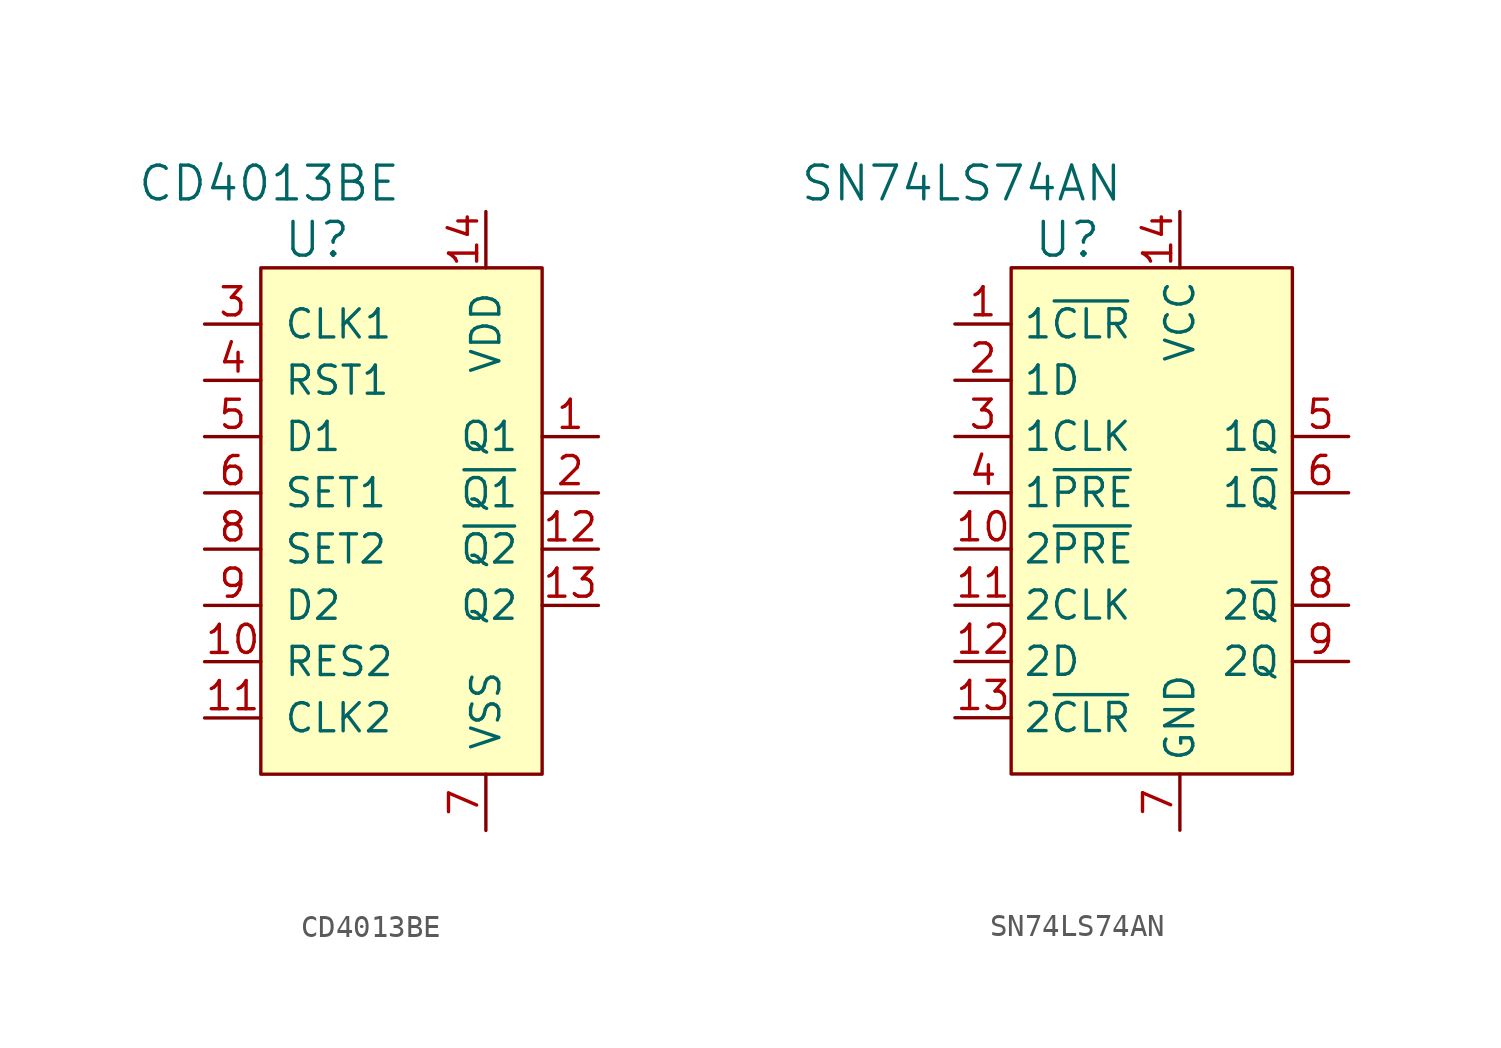
<source format=kicad_sym>
(kicad_symbol_lib
  (version 20211014)
  (generator kicad_symbol_editor)
  (symbol "CD4013BE"
    (pin_names
      (offset 1.016))
    (property "Reference" "U"
      (at -5.08 3.81 0)
      (effects (font (size 1.524 1.524))))
    (property "Value" "CD4013BE"
      (at -1.27 6.35 0)
      (effects (font (size 1.524 1.524)) (justify right)))
    (symbol "CD4013BE_0_1"
      (rectangle (start -7.62 2.54) (end 5.08 -20.32) (stroke (width 0) (type default) (color 0 0 0 0)) (fill (type background))))
    (symbol "CD4013BE_1_1"
      (pin output line (at 7.62 -5.08 180) (length 2.54) (name "Q1" (effects (font (size 1.27 1.27)))) (number "1" (effects (font (size 1.27 1.27)))))
      (pin input line (at -10.16 -15.24 0) (length 2.54) (name "RES2" (effects (font (size 1.27 1.27)))) (number "10" (effects (font (size 1.27 1.27)))))
      (pin input line (at -10.16 -17.78 0) (length 2.54) (name "CLK2" (effects (font (size 1.27 1.27)))) (number "11" (effects (font (size 1.27 1.27)))))
      (pin output line (at 7.62 -10.16 180) (length 2.54) (name "~{Q2}" (effects (font (size 1.27 1.27)))) (number "12" (effects (font (size 1.27 1.27)))))
      (pin output line (at 7.62 -12.7 180) (length 2.54) (name "Q2" (effects (font (size 1.27 1.27)))) (number "13" (effects (font (size 1.27 1.27)))))
      (pin power_in line (at 2.54 5.08 270) (length 2.54) (name "VDD" (effects (font (size 1.27 1.27)))) (number "14" (effects (font (size 1.27 1.27)))))
      (pin output line (at 7.62 -7.62 180) (length 2.54) (name "~{Q1}" (effects (font (size 1.27 1.27)))) (number "2" (effects (font (size 1.27 1.27)))))
      (pin input line (at -10.16 0 0) (length 2.54) (name "CLK1" (effects (font (size 1.27 1.27)))) (number "3" (effects (font (size 1.27 1.27)))))
      (pin input line (at -10.16 -2.54 0) (length 2.54) (name "RST1" (effects (font (size 1.27 1.27)))) (number "4" (effects (font (size 1.27 1.27)))))
      (pin input line (at -10.16 -5.08 0) (length 2.54) (name "D1" (effects (font (size 1.27 1.27)))) (number "5" (effects (font (size 1.27 1.27)))))
      (pin input line (at -10.16 -7.62 0) (length 2.54) (name "SET1" (effects (font (size 1.27 1.27)))) (number "6" (effects (font (size 1.27 1.27)))))
      (pin power_in line (at 2.54 -22.86 90) (length 2.54) (name "VSS" (effects (font (size 1.27 1.27)))) (number "7" (effects (font (size 1.27 1.27)))))
      (pin input line (at -10.16 -10.16 0) (length 2.54) (name "SET2" (effects (font (size 1.27 1.27)))) (number "8" (effects (font (size 1.27 1.27)))))
      (pin input line (at -10.16 -12.7 0) (length 2.54) (name "D2" (effects (font (size 1.27 1.27)))) (number "9" (effects (font (size 1.27 1.27)))))))
  (symbol "SN74LS74AN"
    (property "Reference" "U"
      (at -2.54 11.43 0)
      (effects (font (size 1.524 1.524))))
    (property "Value" "SN74LS74AN"
      (at 0 13.97 0)
      (effects (font (size 1.524 1.524)) (justify right)))
    (symbol "SN74LS74AN_0_1"
      (rectangle (start -5.08 10.16) (end 7.62 -12.7) (stroke (width 0) (type default) (color 0 0 0 0)) (fill (type background))))
    (symbol "SN74LS74AN_1_1"
      (pin input line (at -7.62 7.62 0) (length 2.54) (name "1~{CLR}" (effects (font (size 1.27 1.27)))) (number "1" (effects (font (size 1.27 1.27)))))
      (pin input line (at -7.62 -2.54 0) (length 2.54) (name "2~{PRE}" (effects (font (size 1.27 1.27)))) (number "10" (effects (font (size 1.27 1.27)))))
      (pin input line (at -7.62 -5.08 0) (length 2.54) (name "2CLK" (effects (font (size 1.27 1.27)))) (number "11" (effects (font (size 1.27 1.27)))))
      (pin input line (at -7.62 -7.62 0) (length 2.54) (name "2D" (effects (font (size 1.27 1.27)))) (number "12" (effects (font (size 1.27 1.27)))))
      (pin input line (at -7.62 -10.16 0) (length 2.54) (name "2~{CLR}" (effects (font (size 1.27 1.27)))) (number "13" (effects (font (size 1.27 1.27)))))
      (pin power_in line (at 2.54 12.7 270) (length 2.54) (name "VCC" (effects (font (size 1.27 1.27)))) (number "14" (effects (font (size 1.27 1.27)))))
      (pin input line (at -7.62 5.08 0) (length 2.54) (name "1D" (effects (font (size 1.27 1.27)))) (number "2" (effects (font (size 1.27 1.27)))))
      (pin input line (at -7.62 2.54 0) (length 2.54) (name "1CLK" (effects (font (size 1.27 1.27)))) (number "3" (effects (font (size 1.27 1.27)))))
      (pin input line (at -7.62 0 0) (length 2.54) (name "1~{PRE}" (effects (font (size 1.27 1.27)))) (number "4" (effects (font (size 1.27 1.27)))))
      (pin output line (at 10.16 2.54 180) (length 2.54) (name "1Q" (effects (font (size 1.27 1.27)))) (number "5" (effects (font (size 1.27 1.27)))))
      (pin output line (at 10.16 0 180) (length 2.54) (name "1~{Q}" (effects (font (size 1.27 1.27)))) (number "6" (effects (font (size 1.27 1.27)))))
      (pin power_in line (at 2.54 -15.24 90) (length 2.54) (name "GND" (effects (font (size 1.27 1.27)))) (number "7" (effects (font (size 1.27 1.27)))))
      (pin output line (at 10.16 -5.08 180) (length 2.54) (name "2~{Q}" (effects (font (size 1.27 1.27)))) (number "8" (effects (font (size 1.27 1.27)))))
      (pin output line (at 10.16 -7.62 180) (length 2.54) (name "2Q" (effects (font (size 1.27 1.27)))) (number "9" (effects (font (size 1.27 1.27))))))))
</source>
